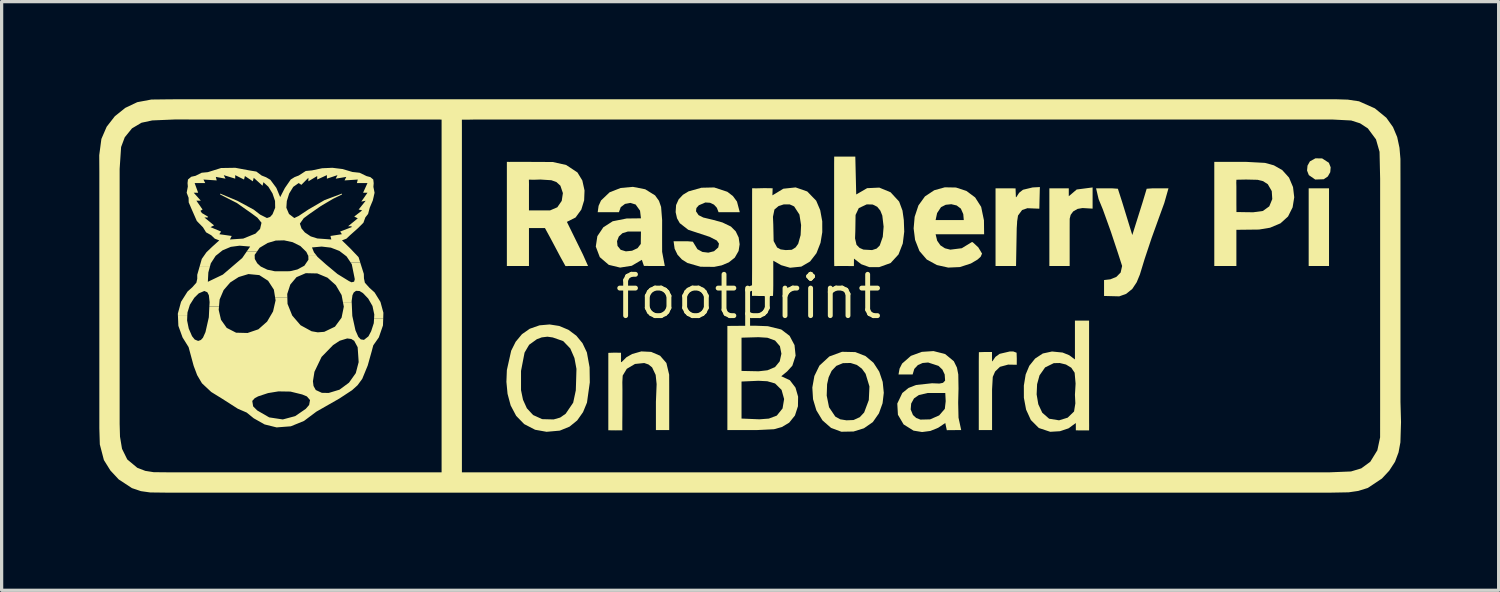
<source format=kicad_pcb>
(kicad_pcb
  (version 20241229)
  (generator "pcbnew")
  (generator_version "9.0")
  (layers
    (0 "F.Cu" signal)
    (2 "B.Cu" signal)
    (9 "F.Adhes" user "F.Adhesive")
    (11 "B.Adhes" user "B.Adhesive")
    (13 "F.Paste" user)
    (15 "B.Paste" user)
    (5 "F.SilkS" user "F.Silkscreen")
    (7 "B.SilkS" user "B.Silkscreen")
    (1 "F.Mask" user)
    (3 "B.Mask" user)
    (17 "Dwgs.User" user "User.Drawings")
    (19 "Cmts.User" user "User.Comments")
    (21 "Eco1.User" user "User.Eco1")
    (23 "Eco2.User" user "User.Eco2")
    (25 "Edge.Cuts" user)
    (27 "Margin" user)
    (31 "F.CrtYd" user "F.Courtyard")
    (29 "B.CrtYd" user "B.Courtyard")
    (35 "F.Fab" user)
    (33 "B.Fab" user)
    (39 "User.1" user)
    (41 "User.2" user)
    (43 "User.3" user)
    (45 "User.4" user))
  (footprint "footprint"
    (layer "F.Cu")
    (at 19.958 6.071)
    (property "Reference" "footprint" (at 0 0 0) (layer "F.SilkS") (effects (font (size 1.27 1.27) (thickness 0.15))))
    (fp_poly (pts (xy 17.838 -0.946) (xy 17.213 -0.946) (xy 17.213 -3.333) (xy 17.838 -3.333)) (stroke (width 0) (type solid)) (fill yes) (layer "F.SilkS"))
    (fp_poly (pts (xy 17.627 -4.252) (xy 17.833 -4.119) (xy 17.889 -3.979) (xy 17.876 -3.829) (xy 17.801 -3.697) (xy 17.675 -3.612) (xy 17.414 -3.603) (xy 17.218 -3.739) (xy 17.163 -3.879) (xy 17.177 -4.03) (xy 17.251 -4.162) (xy 17.42 -4.255)) (stroke (width 0) (type solid)) (fill yes) (layer "F.SilkS"))
    (fp_poly (pts (xy 10.572 -2.709) (xy 10.262 -2.727) (xy 10.111 -2.701) (xy 9.976 -2.623) (xy 9.898 -2.518) (xy 9.868 -2.398) (xy 9.867 -2.14) (xy 9.867 -0.946) (xy 9.243 -0.946) (xy 9.243 -3.333) (xy 9.84 -3.333) (xy 9.84 -3.09) (xy 10.083 -3.297) (xy 10.572 -3.36)) (stroke (width 0) (type solid)) (fill yes) (layer "F.SilkS"))
    (fp_poly (pts (xy 8.236 1.719) (xy 8.242 1.898) (xy 8.241 2.09) (xy 7.975 2.085) (xy 7.725 2.153) (xy 7.576 2.297) (xy 7.504 2.462) (xy 7.482 2.849) (xy 7.482 4.096) (xy 7.074 4.096) (xy 7.074 1.981) (xy 7.077 1.703) (xy 7.266 1.697) (xy 7.48 1.698) (xy 7.48 1.858) (xy 7.482 1.981) (xy 7.493 1.982) (xy 7.586 1.847) (xy 7.714 1.754) (xy 8.023 1.682) (xy 8.131 1.68)) (stroke (width 0) (type solid)) (fill yes) (layer "F.SilkS"))
    (fp_poly (pts (xy 8.948 -3.264) (xy 8.946 -3.17) (xy 8.94 -2.941) (xy 8.935 -2.707) (xy 8.568 -2.722) (xy 8.405 -2.666) (xy 8.28 -2.497) (xy 8.255 -2.334) (xy 8.251 -2.3) (xy 8.251 -2.269) (xy 8.24 -2.108) (xy 8.219 -0.946) (xy 7.589 -0.946) (xy 7.589 -3.333) (xy 8.023 -3.333) (xy 8.204 -3.331) (xy 8.214 -3.062) (xy 8.228 -3.063) (xy 8.314 -3.196) (xy 8.432 -3.289) (xy 8.728 -3.36) (xy 8.952 -3.372)) (stroke (width 0) (type solid)) (fill yes) (layer "F.SilkS"))
    (fp_poly (pts (xy 11.349 -3.32) (xy 11.476 -2.926) (xy 11.792 -1.897) (xy 12.107 -2.899) (xy 12.234 -3.32) (xy 12.415 -3.333) (xy 12.904 -3.333) (xy 12.775 -2.88) (xy 12.614 -2.438) (xy 12.385 -1.803) (xy 12.172 -1.164) (xy 12.025 -0.683) (xy 11.927 -0.446) (xy 11.792 -0.242) (xy 11.603 -0.089) (xy 11.391 -0.013) (xy 10.924 -0.025) (xy 10.924 -0.514) (xy 11.12 -0.537) (xy 11.302 -0.611) (xy 11.434 -0.745) (xy 11.479 -0.947) (xy 11.357 -1.326) (xy 11.131 -2.007) (xy 10.888 -2.682) (xy 10.757 -3.001) (xy 10.679 -3.333) (xy 11.168 -3.333)) (stroke (width 0) (type solid)) (fill yes) (layer "F.SilkS"))
    (fp_poly (pts (xy -2.995 1.694) (xy -2.722 1.811) (xy -2.527 2.035) (xy -2.442 2.394) (xy -2.441 2.767) (xy -2.441 4.096) (xy -2.849 4.096) (xy -2.849 3.228) (xy -2.827 2.685) (xy -2.857 2.401) (xy -2.966 2.171) (xy -3.077 2.081) (xy -3.208 2.036) (xy -3.492 2.065) (xy -3.744 2.214) (xy -3.87 2.422) (xy -3.881 2.625) (xy -3.878 2.849) (xy -3.88 3.656) (xy -3.882 3.856) (xy -3.882 4.106) (xy -3.959 4.104) (xy -4.078 4.106) (xy -4.312 4.103) (xy -4.312 1.981) (xy -4.312 1.724) (xy -4.12 1.717) (xy -3.922 1.721) (xy -3.921 1.866) (xy -3.923 2.009) (xy -3.902 2.005) (xy -3.754 1.858) (xy -3.58 1.759) (xy -3.296 1.679)) (stroke (width 0) (type solid)) (fill yes) (layer "F.SilkS"))
    (fp_poly (pts (xy 15.869 -4.115) (xy 16.143 -4.04) (xy 16.401 -3.893) (xy 16.609 -3.662) (xy 16.732 -3.371) (xy 16.769 -3.057) (xy 16.719 -2.748) (xy 16.579 -2.468) (xy 16.346 -2.257) (xy 16.025 -2.122) (xy 15.685 -2.066) (xy 14.991 -2.058) (xy 14.991 -0.946) (xy 14.312 -0.946) (xy 14.312 -3.146) (xy 14.991 -3.146) (xy 14.991 -2.845) (xy 14.993 -2.603) (xy 15.098 -2.603) (xy 15.208 -2.601) (xy 15.508 -2.597) (xy 15.804 -2.637) (xy 16.002 -2.779) (xy 16.094 -3.003) (xy 16.078 -3.248) (xy 15.957 -3.459) (xy 15.812 -3.553) (xy 15.642 -3.595) (xy 15.289 -3.603) (xy 14.992 -3.597) (xy 14.988 -3.508) (xy 14.991 -3.387) (xy 14.991 -3.146) (xy 14.312 -3.146) (xy 14.312 -4.146) (xy 15.289 -4.146)) (stroke (width 0) (type solid)) (fill yes) (layer "F.SilkS"))
    (fp_poly (pts (xy -6.019 -4.142) (xy -5.607 -4.05) (xy -5.261 -3.821) (xy -5.111 -3.575) (xy -5.043 -3.268) (xy -5.055 -2.964) (xy -5.142 -2.679) (xy -5.319 -2.436) (xy -5.585 -2.302) (xy -5.319 -1.76) (xy -5.093 -1.3) (xy -4.935 -0.946) (xy -5.424 -0.946) (xy -5.629 -0.944) (xy -5.781 -1.218) (xy -6.097 -1.814) (xy -6.259 -2.111) (xy -6.751 -2.112) (xy -6.751 -0.946) (xy -7.43 -0.946) (xy -7.43 -3.202) (xy -6.751 -3.202) (xy -6.751 -2.655) (xy -6.101 -2.655) (xy -5.88 -2.75) (xy -5.744 -2.947) (xy -5.708 -3.186) (xy -5.785 -3.414) (xy -5.907 -3.526) (xy -6.063 -3.582) (xy -6.399 -3.603) (xy -6.584 -3.597) (xy -6.753 -3.599) (xy -6.75 -3.456) (xy -6.751 -3.333) (xy -6.751 -3.202) (xy -7.43 -3.202) (xy -7.43 -3.875) (xy -7.43 -4.134) (xy -7.43 -4.146) (xy -7.348 -4.145) (xy -7.267 -4.146) (xy -6.86 -4.146)) (stroke (width 0) (type solid)) (fill yes) (layer "F.SilkS"))
    (fp_poly (pts (xy 3.307 -3.144) (xy 3.642 -3.338) (xy 4.016 -3.355) (xy 4.363 -3.212) (xy 4.626 -2.926) (xy 4.729 -2.649) (xy 4.77 -2.357) (xy 4.776 -2.186) (xy 4.145 -2.186) (xy 4.109 -2.495) (xy 4.048 -2.648) (xy 3.952 -2.766) (xy 3.815 -2.835) (xy 3.631 -2.84) (xy 3.386 -2.725) (xy 3.287 -2.515) (xy 3.279 -2.004) (xy 3.271 -1.795) (xy 3.316 -1.598) (xy 3.41 -1.502) (xy 3.528 -1.45) (xy 3.794 -1.435) (xy 3.934 -1.481) (xy 4.03 -1.576) (xy 4.123 -1.842) (xy 4.149 -2.154) (xy 4.145 -2.185) (xy 4.776 -2.185) (xy 4.783 -2.002) (xy 4.738 -1.637) (xy 4.607 -1.301) (xy 4.364 -1.037) (xy 4.011 -0.91) (xy 3.713 -0.91) (xy 3.463 -1) (xy 3.238 -1.173) (xy 3.236 -0.944) (xy 2.791 -0.946) (xy 2.632 -0.943) (xy 2.628 -1.164) (xy 2.628 -4.092) (xy 2.63 -4.308) (xy 2.845 -4.309) (xy 3.279 -4.309)) (stroke (width 0) (type solid)) (fill yes) (layer "F.SilkS"))
    (fp_poly (pts (xy 6.372 -3.358) (xy 6.693 -3.253) (xy 6.961 -3.054) (xy 7.147 -2.763) (xy 7.233 -2.348) (xy 7.238 -1.922) (xy 6.21 -1.922) (xy 6.21 -2.357) (xy 6.613 -2.357) (xy 6.597 -2.541) (xy 6.523 -2.709) (xy 6.395 -2.806) (xy 6.229 -2.845) (xy 6.057 -2.827) (xy 5.913 -2.754) (xy 5.793 -2.572) (xy 5.747 -2.357) (xy 6.21 -2.357) (xy 6.21 -1.922) (xy 5.747 -1.922) (xy 5.795 -1.723) (xy 5.895 -1.58) (xy 6.034 -1.49) (xy 6.199 -1.448) (xy 6.552 -1.492) (xy 6.857 -1.679) (xy 6.885 -1.679) (xy 7.059 -1.519) (xy 7.174 -1.327) (xy 7.133 -1.232) (xy 7.038 -1.145) (xy 6.831 -1.023) (xy 6.494 -0.913) (xy 6.135 -0.897) (xy 5.786 -0.975) (xy 5.475 -1.145) (xy 5.25 -1.406) (xy 5.116 -1.748) (xy 5.072 -2.101) (xy 5.103 -2.457) (xy 5.219 -2.807) (xy 5.42 -3.085) (xy 5.705 -3.274) (xy 6.03 -3.364)) (stroke (width 0) (type solid)) (fill yes) (layer "F.SilkS"))
    (fp_poly (pts (xy 3.279 1.7) (xy 3.592 1.822) (xy 3.838 2.029) (xy 4.015 2.302) (xy 4.121 2.617) (xy 4.149 2.898) (xy 3.707 2.898) (xy 3.713 2.755) (xy 3.596 2.368) (xy 3.481 2.21) (xy 3.327 2.095) (xy 3.134 2.035) (xy 2.899 2.04) (xy 2.695 2.124) (xy 2.551 2.277) (xy 2.46 2.474) (xy 2.412 2.686) (xy 2.4 3.037) (xy 2.472 3.396) (xy 2.664 3.682) (xy 2.815 3.766) (xy 3.008 3.797) (xy 3.225 3.788) (xy 3.417 3.7) (xy 3.551 3.556) (xy 3.694 3.174) (xy 3.707 2.898) (xy 4.149 2.898) (xy 4.154 2.945) (xy 4.154 2.955) (xy 4.117 3.272) (xy 4.005 3.583) (xy 3.817 3.852) (xy 3.544 4.042) (xy 3.225 4.141) (xy 2.85 4.148) (xy 2.534 4.03) (xy 2.27 3.799) (xy 2.082 3.489) (xy 1.98 3.148) (xy 1.958 2.789) (xy 2.021 2.435) (xy 2.176 2.116) (xy 2.482 1.834) (xy 2.872 1.691)) (stroke (width 0) (type solid)) (fill yes) (layer "F.SilkS"))
    (fp_poly (pts (xy 10.464 2.899) (xy 10.036 2.899) (xy 10.049 2.668) (xy 10.02 2.334) (xy 9.916 2.18) (xy 9.753 2.082) (xy 9.563 2.036) (xy 9.379 2.04) (xy 9.112 2.171) (xy 8.941 2.415) (xy 8.866 2.687) (xy 8.852 3) (xy 8.903 3.303) (xy 9.025 3.564) (xy 9.236 3.748) (xy 9.541 3.797) (xy 9.805 3.716) (xy 10.002 3.526) (xy 10.042 3.275) (xy 10.029 3.011) (xy 10.036 2.899) (xy 10.464 2.899) (xy 10.464 3.824) (xy 10.465 3.947) (xy 10.464 4.106) (xy 10.26 4.108) (xy 10.057 4.105) (xy 10.056 3.88) (xy 9.832 4.044) (xy 9.569 4.132) (xy 9.27 4.15) (xy 8.919 4.033) (xy 8.674 3.787) (xy 8.528 3.468) (xy 8.46 3.105) (xy 8.459 2.728) (xy 8.515 2.388) (xy 8.626 2.122) (xy 8.805 1.899) (xy 9.042 1.743) (xy 9.325 1.682) (xy 9.65 1.714) (xy 9.853 1.796) (xy 10.029 1.926) (xy 10.029 0.733) (xy 10.464 0.733)) (stroke (width 0) (type solid)) (fill yes) (layer "F.SilkS"))
    (fp_poly (pts (xy -3.178 -3.304) (xy -2.875 -3.116) (xy -2.755 -2.949) (xy -2.69 -2.761) (xy -2.658 -2.357) (xy -2.659 -1.869) (xy -2.659 -1.734) (xy -3.313 -1.734) (xy -3.309 -2.004) (xy -3.715 -2.004) (xy -3.878 -1.954) (xy -3.989 -1.851) (xy -4.044 -1.709) (xy -4.029 -1.563) (xy -3.932 -1.444) (xy -3.773 -1.396) (xy -3.583 -1.415) (xy -3.413 -1.494) (xy -3.314 -1.625) (xy -3.313 -1.734) (xy -2.659 -1.734) (xy -2.658 -1.381) (xy -2.576 -0.946) (xy -3.038 -0.946) (xy -3.218 -0.949) (xy -3.282 -1.136) (xy -3.591 -0.953) (xy -3.95 -0.897) (xy -4.298 -0.981) (xy -4.574 -1.218) (xy -4.697 -1.543) (xy -4.649 -1.862) (xy -4.465 -2.136) (xy -4.177 -2.321) (xy -3.748 -2.406) (xy -3.309 -2.411) (xy -3.337 -2.646) (xy -3.472 -2.835) (xy -3.633 -2.885) (xy -3.799 -2.854) (xy -3.93 -2.754) (xy -3.986 -2.6) (xy -4.638 -2.6) (xy -4.611 -2.794) (xy -4.536 -2.96) (xy -4.272 -3.211) (xy -3.932 -3.344) (xy -3.556 -3.378)) (stroke (width 0) (type solid)) (fill yes) (layer "F.SilkS"))
    (fp_poly (pts (xy 0.591 0.904) (xy 1.002 1.005) (xy 1.259 1.2) (xy 1.411 1.486) (xy 1.444 1.809) (xy 1.345 2.117) (xy 1.186 2.293) (xy 1.003 2.442) (xy 1.268 2.565) (xy 1.441 2.793) (xy 1.521 3.07) (xy 1.516 3.365) (xy 1.424 3.649) (xy 1.246 3.87) (xy 1.02 4.004) (xy 0.781 4.071) (xy 0.27 4.096) (xy -0.653 4.096) (xy -0.653 3.18) (xy -0.218 3.18) (xy -0.218 3.743) (xy 0.334 3.766) (xy 0.622 3.744) (xy 0.866 3.652) (xy 1.043 3.432) (xy 1.091 3.144) (xy 1.013 2.862) (xy 0.812 2.664) (xy 0.574 2.596) (xy 0.302 2.582) (xy -0.218 2.605) (xy -0.218 3.18) (xy -0.653 3.18) (xy -0.653 1.768) (xy -0.218 1.768) (xy -0.218 2.279) (xy 0.308 2.29) (xy 0.579 2.259) (xy 0.812 2.161) (xy 0.956 1.984) (xy 1.008 1.75) (xy 0.962 1.518) (xy 0.812 1.344) (xy 0.577 1.259) (xy 0.306 1.242) (xy -0.218 1.257) (xy -0.218 1.768) (xy -0.653 1.767) (xy -0.653 0.896) (xy 0.188 0.889)) (stroke (width 0) (type solid)) (fill yes) (layer "F.SilkS"))
    (fp_poly (pts (xy -5.821 0.897) (xy -5.539 1.015) (xy -5.294 1.197) (xy -5.104 1.429) (xy -4.971 1.71) (xy -4.888 2.167) (xy -4.882 2.559) (xy -5.301 2.559) (xy -5.291 2.217) (xy -5.353 1.883) (xy -5.481 1.589) (xy -5.699 1.362) (xy -6.02 1.25) (xy -6.183 1.227) (xy -6.358 1.248) (xy -6.508 1.304) (xy -6.746 1.476) (xy -6.886 1.716) (xy -6.995 2.279) (xy -6.995 2.87) (xy -6.934 3.165) (xy -6.815 3.428) (xy -6.623 3.635) (xy -6.345 3.761) (xy -5.993 3.77) (xy -5.793 3.713) (xy -5.623 3.595) (xy -5.392 3.255) (xy -5.311 2.876) (xy -5.301 2.559) (xy -4.882 2.559) (xy -4.881 2.632) (xy -4.968 3.253) (xy -5.089 3.546) (xy -5.268 3.8) (xy -5.503 3.991) (xy -5.803 4.114) (xy -6.21 4.15) (xy -6.562 4.087) (xy -6.898 3.913) (xy -7.144 3.66) (xy -7.313 3.341) (xy -7.409 2.983) (xy -7.444 2.615) (xy -7.43 2.252) (xy -7.297 1.657) (xy -7.159 1.382) (xy -6.966 1.15) (xy -6.727 0.983) (xy -6.427 0.878) (xy -6.117 0.851)) (stroke (width 0) (type solid)) (fill yes) (layer "F.SilkS"))
    (fp_poly (pts (xy -0.655 -3.227) (xy -0.483 -3.096) (xy -0.358 -2.926) (xy -0.272 -2.6) (xy -0.924 -2.6) (xy -0.976 -2.735) (xy -1.065 -2.832) (xy -1.185 -2.889) (xy -1.33 -2.898) (xy -1.53 -2.812) (xy -1.604 -2.728) (xy -1.618 -2.628) (xy -1.538 -2.509) (xy -1.394 -2.436) (xy -1.086 -2.362) (xy -0.805 -2.284) (xy -0.543 -2.158) (xy -0.396 -2.01) (xy -0.306 -1.822) (xy -0.276 -1.614) (xy -0.308 -1.408) (xy -0.426 -1.202) (xy -0.609 -1.057) (xy -0.829 -0.965) (xy -1.059 -0.919) (xy -1.477 -0.923) (xy -1.879 -1.038) (xy -2.05 -1.146) (xy -2.185 -1.292) (xy -2.274 -1.477) (xy -2.306 -1.706) (xy -1.872 -1.706) (xy -1.714 -1.693) (xy -1.573 -1.462) (xy -1.42 -1.378) (xy -1.238 -1.356) (xy -1.063 -1.4) (xy -0.933 -1.516) (xy -0.911 -1.634) (xy -0.977 -1.728) (xy -1.195 -1.841) (xy -1.856 -2.059) (xy -2.116 -2.262) (xy -2.2 -2.411) (xy -2.243 -2.601) (xy -2.229 -2.819) (xy -2.149 -2.996) (xy -2.018 -3.135) (xy -1.847 -3.239) (xy -1.451 -3.351) (xy -1.059 -3.36)) (stroke (width 0) (type solid)) (fill yes) (layer "F.SilkS"))
    (fp_poly (pts (xy 1.801 -3.237) (xy 2.077 -2.953) (xy 2.2 -2.663) (xy 2.263 -2.319) (xy 2.263 -2.186) (xy 1.612 -2.186) (xy 1.613 -2.201) (xy 1.562 -2.526) (xy 1.399 -2.777) (xy 1.263 -2.839) (xy 1.083 -2.84) (xy 0.922 -2.789) (xy 0.794 -2.682) (xy 0.748 -2.458) (xy 0.758 -2.221) (xy 0.769 -1.713) (xy 0.876 -1.514) (xy 0.983 -1.456) (xy 1.137 -1.435) (xy 1.327 -1.444) (xy 1.445 -1.518) (xy 1.524 -1.63) (xy 1.598 -1.896) (xy 1.612 -2.185) (xy 2.263 -2.185) (xy 2.264 -1.986) (xy 2.21 -1.659) (xy 2.085 -1.339) (xy 1.889 -1.085) (xy 1.62 -0.927) (xy 1.273 -0.892) (xy 1.001 -0.971) (xy 0.758 -1.109) (xy 0.758 -0.35) (xy 0.756 -0.198) (xy 0.75 -0.027) (xy 0.675 -0.024) (xy 0.595 -0.025) (xy 0.317 -0.024) (xy 0.18 -0.029) (xy 0.104 -0.027) (xy 0.105 -0.485) (xy 0.107 -0.866) (xy 0.107 -3.089) (xy 0.108 -3.335) (xy 0.243 -3.333) (xy 0.485 -3.339) (xy 0.738 -3.335) (xy 0.735 -3.224) (xy 0.731 -3.117) (xy 1.067 -3.321) (xy 1.445 -3.361)) (stroke (width 0) (type solid)) (fill yes) (layer "F.SilkS"))
    (fp_poly (pts (xy 6.041 1.761) (xy 6.307 1.981) (xy 6.403 2.177) (xy 6.444 2.388) (xy 6.451 2.821) (xy 6.441 3.236) (xy 6.054 3.236) (xy 6.057 3.205) (xy 6.044 2.957) (xy 5.502 2.957) (xy 5.231 3.021) (xy 5.083 3.124) (xy 4.996 3.282) (xy 4.981 3.463) (xy 5.051 3.634) (xy 5.151 3.725) (xy 5.28 3.775) (xy 5.578 3.768) (xy 5.856 3.646) (xy 6.03 3.445) (xy 6.054 3.237) (xy 6.441 3.237) (xy 6.441 3.269) (xy 6.451 3.716) (xy 6.533 4.096) (xy 6.091 4.1) (xy 6.044 3.88) (xy 5.825 4.027) (xy 5.585 4.124) (xy 5.332 4.157) (xy 5.068 4.114) (xy 4.763 3.923) (xy 4.589 3.626) (xy 4.569 3.282) (xy 4.724 2.957) (xy 4.915 2.802) (xy 5.146 2.711) (xy 5.638 2.658) (xy 5.864 2.667) (xy 5.974 2.645) (xy 6.039 2.577) (xy 6.026 2.388) (xy 5.955 2.237) (xy 5.836 2.124) (xy 5.517 2.02) (xy 5.348 2.035) (xy 5.201 2.1) (xy 5.092 2.217) (xy 5.041 2.388) (xy 4.607 2.388) (xy 4.639 2.208) (xy 4.718 2.052) (xy 4.988 1.816) (xy 5.322 1.693) (xy 5.683 1.669)) (stroke (width 0) (type solid)) (fill yes) (layer "F.SilkS"))
    (fp_poly (pts (xy -15.181 -1.288) (xy -15.177 -1.162) (xy -15.102 -1.029) (xy -14.993 -0.929) (xy -14.79 -0.832) (xy -14.56 -0.784) (xy -14.099 -0.785) (xy -13.868 -0.839) (xy -13.653 -0.955) (xy -13.529 -1.139) (xy -13.532 -1.253) (xy -13.546 -1.282) (xy -13.292 -1.282) (xy -13.248 -1.224) (xy -12.987 -0.992) (xy -12.635 -0.699) (xy -12.282 -0.482) (xy -12.204 -0.445) (xy -12.125 -0.464) (xy -12.104 -0.539) (xy -12.12 -0.622) (xy -12.197 -1.001) (xy -12.233 -1.056) (xy -11.938 -1.056) (xy -11.826 -0.703) (xy -11.822 -0.565) (xy -11.794 -0.432) (xy -11.654 -0.276) (xy -11.496 -0.134) (xy -11.315 0.158) (xy -11.225 0.49) (xy -11.23 0.661) (xy -11.511 0.661) (xy -11.505 0.544) (xy -11.56 0.284) (xy -11.691 0.056) (xy -11.854 -0.114) (xy -11.958 -0.177) (xy -12.065 -0.183) (xy -12.136 -0.132) (xy -12.176 -0.048) (xy -12.201 0.138) (xy -12.198 0.187) (xy -12.464 0.187) (xy -12.509 -0.052) (xy -12.687 -0.357) (xy -12.942 -0.586) (xy -13.256 -0.717) (xy -13.611 -0.725) (xy -13.895 -0.603) (xy -14.086 -0.375) (xy -14.18 -0.087) (xy -14.177 0.016) (xy -14.553 0.016) (xy -14.591 -0.219) (xy -14.768 -0.492) (xy -15.039 -0.666) (xy -15.373 -0.698) (xy -15.672 -0.607) (xy -15.933 -0.439) (xy -16.135 -0.205) (xy -16.258 0.083) (xy -16.278 0.302) (xy -16.574 0.303) (xy -16.566 0.165) (xy -16.589 -0.048) (xy -16.637 -0.14) (xy -16.729 -0.178) (xy -16.899 -0.105) (xy -17.035 0.029) (xy -17.172 0.245) (xy -17.246 0.481) (xy -17.252 0.589) (xy -17.54 0.589) (xy -17.542 0.517) (xy -17.444 0.155) (xy -17.244 -0.161) (xy -17.1 -0.29) (xy -16.973 -0.432) (xy -16.946 -0.552) (xy -16.946 -0.676) (xy -16.869 -0.943) (xy -16.552 -0.943) (xy -16.605 -0.748) (xy -16.62 -0.46) (xy -16.159 -0.681) (xy -15.563 -1.191) (xy -15.423 -1.395) (xy -15.105 -1.395)) (stroke (width 0) (type solid)) (fill yes) (layer "F.SilkS"))
    (fp_poly (pts (xy 18.057 -6.07) (xy 18.415 -6.059) (xy 18.759 -6.008) (xy 19.247 -5.791) (xy 19.6 -5.502) (xy 19.804 -5.216) (xy 19.933 -4.91) (xy 20.004 -4.578) (xy 20.033 -4.234) (xy 20.034 -3.55) (xy 20.034 3.228) (xy 20.051 3.851) (xy 20.032 4.474) (xy 19.975 4.782) (xy 19.866 5.072) (xy 19.688 5.346) (xy 19.464 5.587) (xy 19.03 5.876) (xy 18.737 5.967) (xy 18.442 6.01) (xy 17.837 6.021) (xy -8.588 6.021) (xy -8.588 5.396) (xy 17.837 5.396) (xy 18.513 5.369) (xy 18.829 5.274) (xy 19.106 5.071) (xy 19.323 4.719) (xy 19.408 4.322) (xy 19.409 3.499) (xy 19.409 -3.631) (xy 19.391 -4.455) (xy 19.282 -4.837) (xy 19.03 -5.176) (xy 18.792 -5.331) (xy 18.519 -5.418) (xy 17.932 -5.448) (xy 17.376 -5.447) (xy -8.433 -5.447) (xy -8.627 -5.443) (xy -8.813 -5.444) (xy -8.812 -5.203) (xy -8.812 5.396) (xy -8.588 5.396) (xy -8.588 6.021) (xy -9.605 6.021) (xy -9.605 5.396) (xy -9.436 5.396) (xy -9.436 -5.203) (xy -9.436 -5.444) (xy -9.518 -5.448) (xy -9.598 -5.447) (xy -16.891 -5.447) (xy -17.61 -5.45) (xy -18.328 -5.42) (xy -18.659 -5.349) (xy -18.951 -5.176) (xy -19.174 -4.901) (xy -19.286 -4.602) (xy -19.331 -3.929) (xy -19.331 3.906) (xy -19.32 4.299) (xy -19.258 4.672) (xy -19.097 4.999) (xy -18.789 5.256) (xy -18.542 5.351) (xy -18.285 5.391) (xy -17.759 5.396) (xy -9.605 5.396) (xy -9.605 6.021) (xy -17.813 6.021) (xy -18.392 6.014) (xy -18.677 5.974) (xy -18.952 5.881) (xy -19.359 5.614) (xy -19.616 5.338) (xy -19.815 5.018) (xy -19.94 4.538) (xy -19.955 4.041) (xy -19.955 -3.848) (xy -19.958 -4.352) (xy -19.892 -4.851) (xy -19.73 -5.225) (xy -19.478 -5.549) (xy -19.157 -5.806) (xy -18.789 -5.981) (xy -18.355 -6.062) (xy -17.924 -6.067) (xy -17.488 -6.071) (xy 17.349 -6.071)) (stroke (width 0) (type solid)) (fill yes) (layer "F.SilkS"))
    (fp_poly (pts (xy -14.171 0.219) (xy -14.027 0.577) (xy -13.77 0.875) (xy -13.432 1.06) (xy -13.241 1.093) (xy -13.042 1.077) (xy -12.713 0.919) (xy -12.51 0.643) (xy -12.441 0.304) (xy -12.464 0.187) (xy -12.198 0.187) (xy -12.18 0.59) (xy -12.083 1.032) (xy -11.995 1.232) (xy -11.92 1.31) (xy -11.822 1.325) (xy -11.685 1.217) (xy -11.601 1.059) (xy -11.52 0.811) (xy -11.511 0.661) (xy -11.23 0.661) (xy -11.238 0.881) (xy -11.365 1.249) (xy -11.536 1.493) (xy -11.586 1.683) (xy -11.642 1.881) (xy -11.993 1.881) (xy -12.016 1.55) (xy -12.122 1.353) (xy -12.213 1.297) (xy -12.337 1.281) (xy -12.567 1.351) (xy -12.77 1.484) (xy -13.125 1.849) (xy -13.344 2.306) (xy -13.39 2.596) (xy -13.372 2.742) (xy -13.303 2.866) (xy -13.117 2.952) (xy -12.906 2.956) (xy -12.573 2.855) (xy -12.282 2.64) (xy -12.073 2.346) (xy -11.985 2.008) (xy -11.993 1.881) (xy -11.642 1.881) (xy -11.706 2.112) (xy -11.875 2.523) (xy -12.019 2.719) (xy -12.187 2.871) (xy -12.58 3.129) (xy -13.285 3.531) (xy -13.665 3.816) (xy -14.07 3.981) (xy -14.398 4.006) (xy -14.398 3.758) (xy -14.316 3.77) (xy -13.935 3.668) (xy -13.611 3.445) (xy -13.507 3.325) (xy -13.48 3.174) (xy -13.577 3.062) (xy -13.719 3.003) (xy -14.081 2.914) (xy -14.451 2.908) (xy -14.769 2.96) (xy -15.075 3.061) (xy -15.178 3.116) (xy -15.255 3.201) (xy -15.228 3.368) (xy -15.102 3.494) (xy -14.734 3.707) (xy -14.398 3.758) (xy -14.398 4.006) (xy -14.506 4.015) (xy -14.877 3.923) (xy -15.211 3.734) (xy -15.428 3.558) (xy -15.699 3.441) (xy -16.187 3.129) (xy -16.516 2.926) (xy -16.801 2.659) (xy -16.95 2.406) (xy -16.985 2.311) (xy -16.985 2.311) (xy -17.056 2.123) (xy -17.212 1.547) (xy -17.398 1.249) (xy -17.526 0.894) (xy -17.539 0.59) (xy -17.252 0.59) (xy -17.258 0.728) (xy -17.207 0.978) (xy -17.106 1.211) (xy -17.023 1.314) (xy -16.918 1.357) (xy -16.834 1.328) (xy -16.77 1.258) (xy -16.693 1.086) (xy -16.59 0.631) (xy -16.574 0.304) (xy -16.278 0.303) (xy -16.287 0.401) (xy -16.216 0.707) (xy -16.04 0.956) (xy -15.752 1.104) (xy -15.4 1.113) (xy -15.067 1) (xy -14.799 0.763) (xy -14.616 0.451) (xy -14.538 0.11) (xy -14.553 0.016) (xy -14.177 0.016)) (stroke (width 0) (type solid)) (fill yes) (layer "F.SilkS"))
    (fp_poly (pts (xy -15.346 -3.884) (xy -15.129 -3.848) (xy -14.966 -3.726) (xy -14.83 -3.673) (xy -14.699 -3.595) (xy -14.515 -3.347) (xy -14.397 -3.063) (xy -14.253 -3.342) (xy -14.072 -3.604) (xy -13.954 -3.678) (xy -13.828 -3.726) (xy -13.611 -3.866) (xy -13.421 -3.884) (xy -13.108 -3.95) (xy -12.793 -3.964) (xy -12.481 -3.926) (xy -12.174 -3.835) (xy -11.957 -3.812) (xy -11.74 -3.708) (xy -11.626 -3.678) (xy -11.536 -3.604) (xy -11.523 -3.491) (xy -11.532 -3.378) (xy -11.496 -3.197) (xy -11.521 -3.089) (xy -11.79 -3.089) (xy -11.714 -3.197) (xy -11.849 -3.197) (xy -11.714 -3.495) (xy -12.039 -3.495) (xy -12.012 -3.603) (xy -12.419 -3.576) (xy -12.365 -3.684) (xy -12.69 -3.63) (xy -12.636 -3.738) (xy -12.961 -3.63) (xy -12.961 -3.739) (xy -13.259 -3.603) (xy -13.259 -3.711) (xy -13.53 -3.549) (xy -13.53 -3.657) (xy -13.746 -3.44) (xy -13.828 -3.495) (xy -13.995 -3.378) (xy -14.121 -3.172) (xy -14.193 -2.942) (xy -14.207 -2.736) (xy -14.126 -2.545) (xy -13.963 -2.42) (xy -13.828 -2.484) (xy -13.53 -2.682) (xy -13.035 -2.97) (xy -12.499 -3.171) (xy -12.499 -3.143) (xy -12.77 -3.011) (xy -13.145 -2.79) (xy -13.502 -2.542) (xy -13.674 -2.414) (xy -13.791 -2.248) (xy -13.742 -2.1) (xy -13.638 -1.977) (xy -13.458 -1.856) (xy -13.255 -1.792) (xy -12.825 -1.761) (xy -12.852 -1.869) (xy -12.5 -1.923) (xy -12.554 -2.004) (xy -12.202 -2.14) (xy -12.202 -2.166) (xy -12.311 -2.166) (xy -12.012 -2.411) (xy -12.121 -2.465) (xy -11.877 -2.655) (xy -11.985 -2.682) (xy -11.769 -2.952) (xy -11.904 -2.925) (xy -11.789 -3.089) (xy -11.52 -3.089) (xy -11.551 -2.959) (xy -11.645 -2.736) (xy -11.695 -2.546) (xy -11.78 -2.438) (xy -11.839 -2.275) (xy -12.002 -2.112) (xy -12.25 -1.891) (xy -12.36 -1.786) (xy -12.498 -1.733) (xy -12.243 -1.486) (xy -11.988 -1.218) (xy -11.937 -1.056) (xy -12.233 -1.056) (xy -12.356 -1.24) (xy -12.577 -1.409) (xy -12.839 -1.51) (xy -13.123 -1.543) (xy -13.42 -1.516) (xy -13.357 -1.364) (xy -13.292 -1.282) (xy -13.546 -1.282) (xy -13.593 -1.38) (xy -13.777 -1.56) (xy -14.015 -1.678) (xy -14.277 -1.734) (xy -14.532 -1.728) (xy -14.783 -1.653) (xy -15.03 -1.505) (xy -15.106 -1.395) (xy -15.423 -1.395) (xy -15.32 -1.543) (xy -15.644 -1.57) (xy -15.915 -1.534) (xy -16.167 -1.428) (xy -16.38 -1.258) (xy -16.529 -1.028) (xy -16.552 -0.943) (xy -16.869 -0.943) (xy -16.806 -1.164) (xy -16.664 -1.367) (xy -16.485 -1.539) (xy -16.269 -1.733) (xy -16.407 -1.786) (xy -16.516 -1.891) (xy -16.675 -1.981) (xy -16.77 -2.135) (xy -16.959 -2.329) (xy -17.144 -2.75) (xy -16.831 -2.75) (xy -16.782 -2.682) (xy -16.848 -2.641) (xy -16.802 -2.573) (xy -16.62 -2.465) (xy -16.62 -2.438) (xy -16.727 -2.438) (xy -16.429 -2.194) (xy -16.538 -2.14) (xy -16.213 -2.004) (xy -16.267 -1.923) (xy -15.887 -1.869) (xy -15.941 -1.761) (xy -15.533 -1.788) (xy -15.156 -1.941) (xy -15.015 -2.085) (xy -14.971 -2.275) (xy -15.097 -2.431) (xy -15.265 -2.555) (xy -15.732 -2.884) (xy -16.241 -3.143) (xy -16.241 -3.171) (xy -15.713 -2.95) (xy -15.21 -2.678) (xy -15.014 -2.526) (xy -14.804 -2.42) (xy -14.706 -2.454) (xy -14.632 -2.536) (xy -14.551 -2.736) (xy -14.555 -2.945) (xy -14.632 -3.174) (xy -14.759 -3.381) (xy -14.912 -3.521) (xy -14.939 -3.413) (xy -15.21 -3.657) (xy -15.237 -3.549) (xy -15.481 -3.711) (xy -15.508 -3.603) (xy -15.779 -3.738) (xy -15.779 -3.63) (xy -16.131 -3.738) (xy -16.077 -3.63) (xy -16.375 -3.684) (xy -16.348 -3.576) (xy -16.755 -3.603) (xy -16.701 -3.495) (xy -17.026 -3.495) (xy -16.918 -3.197) (xy -17.053 -3.197) (xy -16.836 -2.953) (xy -16.972 -2.953) (xy -16.83 -2.75) (xy -17.143 -2.75) (xy -17.208 -2.899) (xy -17.212 -3.043) (xy -17.271 -3.197) (xy -17.235 -3.387) (xy -17.244 -3.496) (xy -17.231 -3.604) (xy -17.129 -3.689) (xy -17 -3.717) (xy -16.81 -3.812) (xy -16.62 -3.83) (xy -16.214 -3.957) (xy -15.776 -3.964)) (stroke (width 0) (type solid)) (fill yes) (layer "F.SilkS")))
  (gr_rect
    (start -3 -3)
    (end 43.009 15.092)
    (stroke (width 0.1) (type default))
    (fill no)
    (layer "Edge.Cuts")))
</source>
